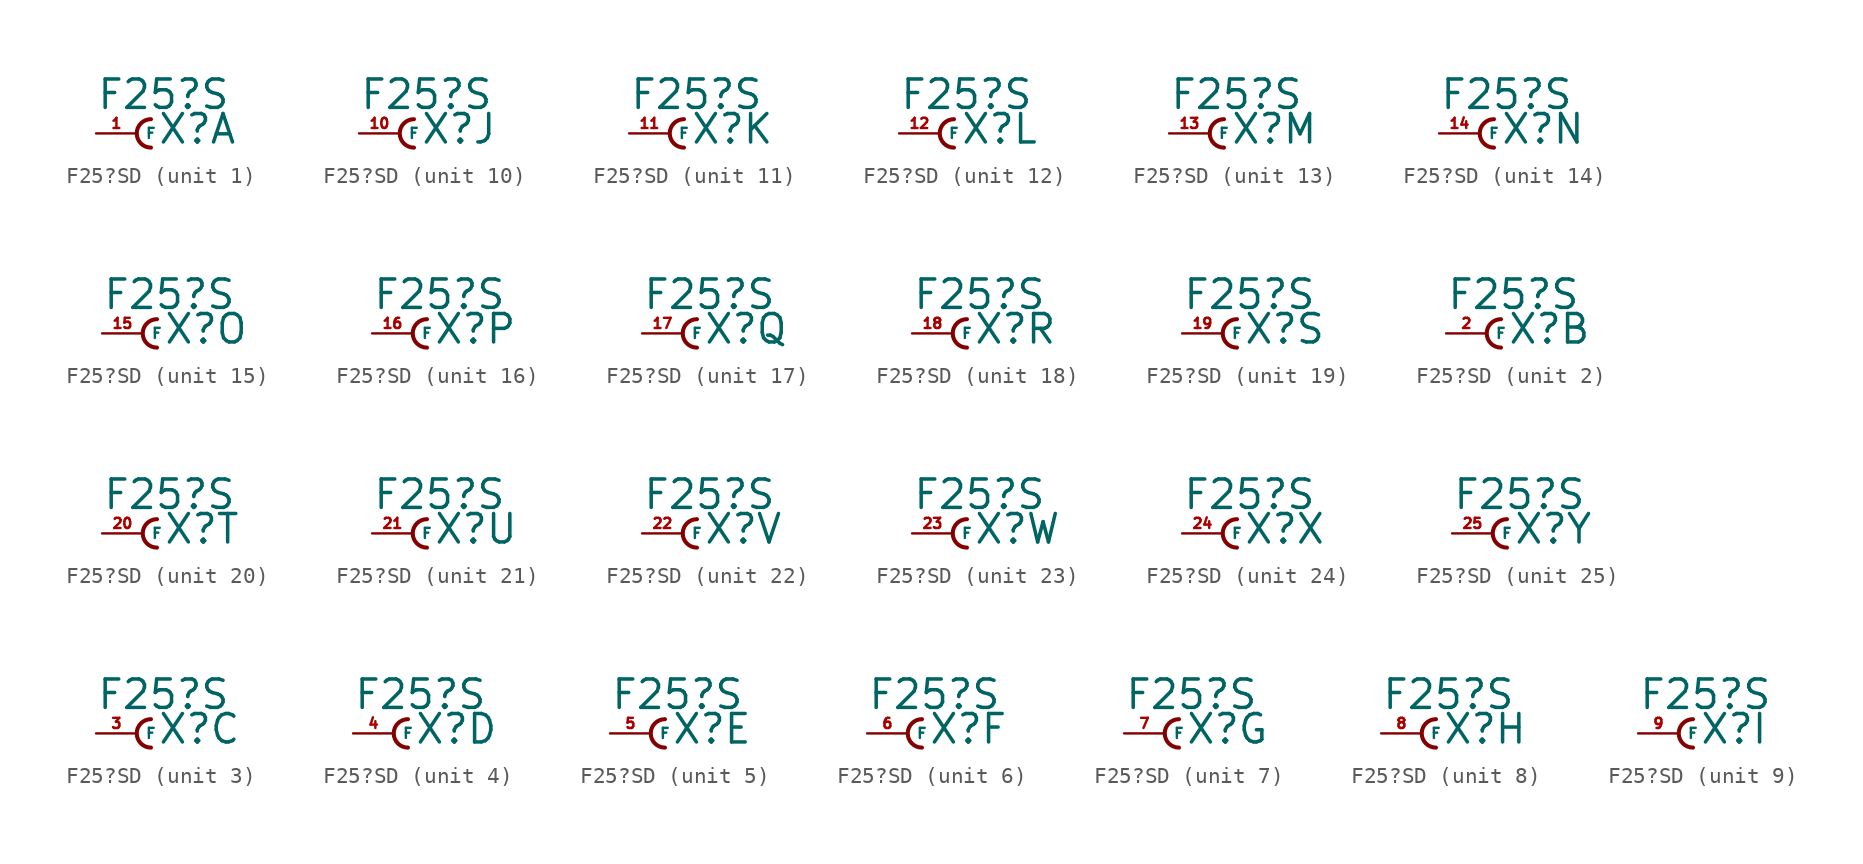
<source format=kicad_sym>
(kicad_symbol_lib
  (version 20220914)
  (generator Eagle2Kicad)
  (symbol "F25?SD"
    (property "Reference" "X"
      (at 1.27 -0.762 0)
      (effects (font (size 1.778 1.778) (thickness 0.22)) (justify left bottom)))
    (property "Value" "F25?S"
      (at -2.54 1.397 0)
      (effects (font (size 1.778 1.778) (thickness 0.22)) (justify left bottom)))
    (symbol "F25?SD_1_0"
      (arc (start 0.889 0.889) (mid 0.000 0.000) (end 0.889 -0.889) (stroke (width 0.254) (type default)) (fill (type none)))
      (pin passive line (at -2.54 0 0) (length 2.54) (name "F" (effects (font (size 0.635 0.635) (thickness 0.08)) (justify left bottom))) (number "1" (effects (font (size 0.635 0.635) (thickness 0.08)) (justify left bottom)))))
    (symbol "F25?SD_2_0"
      (arc (start 0.889 0.889) (mid 0.000 0.000) (end 0.889 -0.889) (stroke (width 0.254) (type default)) (fill (type none)))
      (pin passive line (at -2.54 0 0) (length 2.54) (name "F" (effects (font (size 0.635 0.635) (thickness 0.08)) (justify left bottom))) (number "2" (effects (font (size 0.635 0.635) (thickness 0.08)) (justify left bottom)))))
    (symbol "F25?SD_3_0"
      (arc (start 0.889 0.889) (mid 0.000 0.000) (end 0.889 -0.889) (stroke (width 0.254) (type default)) (fill (type none)))
      (pin passive line (at -2.54 0 0) (length 2.54) (name "F" (effects (font (size 0.635 0.635) (thickness 0.08)) (justify left bottom))) (number "3" (effects (font (size 0.635 0.635) (thickness 0.08)) (justify left bottom)))))
    (symbol "F25?SD_4_0"
      (arc (start 0.889 0.889) (mid 0.000 0.000) (end 0.889 -0.889) (stroke (width 0.254) (type default)) (fill (type none)))
      (pin passive line (at -2.54 0 0) (length 2.54) (name "F" (effects (font (size 0.635 0.635) (thickness 0.08)) (justify left bottom))) (number "4" (effects (font (size 0.635 0.635) (thickness 0.08)) (justify left bottom)))))
    (symbol "F25?SD_5_0"
      (arc (start 0.889 0.889) (mid 0.000 0.000) (end 0.889 -0.889) (stroke (width 0.254) (type default)) (fill (type none)))
      (pin passive line (at -2.54 0 0) (length 2.54) (name "F" (effects (font (size 0.635 0.635) (thickness 0.08)) (justify left bottom))) (number "5" (effects (font (size 0.635 0.635) (thickness 0.08)) (justify left bottom)))))
    (symbol "F25?SD_6_0"
      (arc (start 0.889 0.889) (mid 0.000 0.000) (end 0.889 -0.889) (stroke (width 0.254) (type default)) (fill (type none)))
      (pin passive line (at -2.54 0 0) (length 2.54) (name "F" (effects (font (size 0.635 0.635) (thickness 0.08)) (justify left bottom))) (number "6" (effects (font (size 0.635 0.635) (thickness 0.08)) (justify left bottom)))))
    (symbol "F25?SD_7_0"
      (arc (start 0.889 0.889) (mid 0.000 0.000) (end 0.889 -0.889) (stroke (width 0.254) (type default)) (fill (type none)))
      (pin passive line (at -2.54 0 0) (length 2.54) (name "F" (effects (font (size 0.635 0.635) (thickness 0.08)) (justify left bottom))) (number "7" (effects (font (size 0.635 0.635) (thickness 0.08)) (justify left bottom)))))
    (symbol "F25?SD_8_0"
      (arc (start 0.889 0.889) (mid 0.000 0.000) (end 0.889 -0.889) (stroke (width 0.254) (type default)) (fill (type none)))
      (pin passive line (at -2.54 0 0) (length 2.54) (name "F" (effects (font (size 0.635 0.635) (thickness 0.08)) (justify left bottom))) (number "8" (effects (font (size 0.635 0.635) (thickness 0.08)) (justify left bottom)))))
    (symbol "F25?SD_9_0"
      (arc (start 0.889 0.889) (mid 0.000 0.000) (end 0.889 -0.889) (stroke (width 0.254) (type default)) (fill (type none)))
      (pin passive line (at -2.54 0 0) (length 2.54) (name "F" (effects (font (size 0.635 0.635) (thickness 0.08)) (justify left bottom))) (number "9" (effects (font (size 0.635 0.635) (thickness 0.08)) (justify left bottom)))))
    (symbol "F25?SD_10_0"
      (arc (start 0.889 0.889) (mid 0.000 0.000) (end 0.889 -0.889) (stroke (width 0.254) (type default)) (fill (type none)))
      (pin passive line (at -2.54 0 0) (length 2.54) (name "F" (effects (font (size 0.635 0.635) (thickness 0.08)) (justify left bottom))) (number "10" (effects (font (size 0.635 0.635) (thickness 0.08)) (justify left bottom)))))
    (symbol "F25?SD_11_0"
      (arc (start 0.889 0.889) (mid 0.000 0.000) (end 0.889 -0.889) (stroke (width 0.254) (type default)) (fill (type none)))
      (pin passive line (at -2.54 0 0) (length 2.54) (name "F" (effects (font (size 0.635 0.635) (thickness 0.08)) (justify left bottom))) (number "11" (effects (font (size 0.635 0.635) (thickness 0.08)) (justify left bottom)))))
    (symbol "F25?SD_12_0"
      (arc (start 0.889 0.889) (mid 0.000 0.000) (end 0.889 -0.889) (stroke (width 0.254) (type default)) (fill (type none)))
      (pin passive line (at -2.54 0 0) (length 2.54) (name "F" (effects (font (size 0.635 0.635) (thickness 0.08)) (justify left bottom))) (number "12" (effects (font (size 0.635 0.635) (thickness 0.08)) (justify left bottom)))))
    (symbol "F25?SD_13_0"
      (arc (start 0.889 0.889) (mid 0.000 0.000) (end 0.889 -0.889) (stroke (width 0.254) (type default)) (fill (type none)))
      (pin passive line (at -2.54 0 0) (length 2.54) (name "F" (effects (font (size 0.635 0.635) (thickness 0.08)) (justify left bottom))) (number "13" (effects (font (size 0.635 0.635) (thickness 0.08)) (justify left bottom)))))
    (symbol "F25?SD_14_0"
      (arc (start 0.889 0.889) (mid 0.000 0.000) (end 0.889 -0.889) (stroke (width 0.254) (type default)) (fill (type none)))
      (pin passive line (at -2.54 0 0) (length 2.54) (name "F" (effects (font (size 0.635 0.635) (thickness 0.08)) (justify left bottom))) (number "14" (effects (font (size 0.635 0.635) (thickness 0.08)) (justify left bottom)))))
    (symbol "F25?SD_15_0"
      (arc (start 0.889 0.889) (mid 0.000 0.000) (end 0.889 -0.889) (stroke (width 0.254) (type default)) (fill (type none)))
      (pin passive line (at -2.54 0 0) (length 2.54) (name "F" (effects (font (size 0.635 0.635) (thickness 0.08)) (justify left bottom))) (number "15" (effects (font (size 0.635 0.635) (thickness 0.08)) (justify left bottom)))))
    (symbol "F25?SD_16_0"
      (arc (start 0.889 0.889) (mid 0.000 0.000) (end 0.889 -0.889) (stroke (width 0.254) (type default)) (fill (type none)))
      (pin passive line (at -2.54 0 0) (length 2.54) (name "F" (effects (font (size 0.635 0.635) (thickness 0.08)) (justify left bottom))) (number "16" (effects (font (size 0.635 0.635) (thickness 0.08)) (justify left bottom)))))
    (symbol "F25?SD_17_0"
      (arc (start 0.889 0.889) (mid 0.000 0.000) (end 0.889 -0.889) (stroke (width 0.254) (type default)) (fill (type none)))
      (pin passive line (at -2.54 0 0) (length 2.54) (name "F" (effects (font (size 0.635 0.635) (thickness 0.08)) (justify left bottom))) (number "17" (effects (font (size 0.635 0.635) (thickness 0.08)) (justify left bottom)))))
    (symbol "F25?SD_18_0"
      (arc (start 0.889 0.889) (mid 0.000 0.000) (end 0.889 -0.889) (stroke (width 0.254) (type default)) (fill (type none)))
      (pin passive line (at -2.54 0 0) (length 2.54) (name "F" (effects (font (size 0.635 0.635) (thickness 0.08)) (justify left bottom))) (number "18" (effects (font (size 0.635 0.635) (thickness 0.08)) (justify left bottom)))))
    (symbol "F25?SD_19_0"
      (arc (start 0.889 0.889) (mid 0.000 0.000) (end 0.889 -0.889) (stroke (width 0.254) (type default)) (fill (type none)))
      (pin passive line (at -2.54 0 0) (length 2.54) (name "F" (effects (font (size 0.635 0.635) (thickness 0.08)) (justify left bottom))) (number "19" (effects (font (size 0.635 0.635) (thickness 0.08)) (justify left bottom)))))
    (symbol "F25?SD_20_0"
      (arc (start 0.889 0.889) (mid 0.000 0.000) (end 0.889 -0.889) (stroke (width 0.254) (type default)) (fill (type none)))
      (pin passive line (at -2.54 0 0) (length 2.54) (name "F" (effects (font (size 0.635 0.635) (thickness 0.08)) (justify left bottom))) (number "20" (effects (font (size 0.635 0.635) (thickness 0.08)) (justify left bottom)))))
    (symbol "F25?SD_21_0"
      (arc (start 0.889 0.889) (mid 0.000 0.000) (end 0.889 -0.889) (stroke (width 0.254) (type default)) (fill (type none)))
      (pin passive line (at -2.54 0 0) (length 2.54) (name "F" (effects (font (size 0.635 0.635) (thickness 0.08)) (justify left bottom))) (number "21" (effects (font (size 0.635 0.635) (thickness 0.08)) (justify left bottom)))))
    (symbol "F25?SD_22_0"
      (arc (start 0.889 0.889) (mid 0.000 0.000) (end 0.889 -0.889) (stroke (width 0.254) (type default)) (fill (type none)))
      (pin passive line (at -2.54 0 0) (length 2.54) (name "F" (effects (font (size 0.635 0.635) (thickness 0.08)) (justify left bottom))) (number "22" (effects (font (size 0.635 0.635) (thickness 0.08)) (justify left bottom)))))
    (symbol "F25?SD_23_0"
      (arc (start 0.889 0.889) (mid 0.000 0.000) (end 0.889 -0.889) (stroke (width 0.254) (type default)) (fill (type none)))
      (pin passive line (at -2.54 0 0) (length 2.54) (name "F" (effects (font (size 0.635 0.635) (thickness 0.08)) (justify left bottom))) (number "23" (effects (font (size 0.635 0.635) (thickness 0.08)) (justify left bottom)))))
    (symbol "F25?SD_24_0"
      (arc (start 0.889 0.889) (mid 0.000 0.000) (end 0.889 -0.889) (stroke (width 0.254) (type default)) (fill (type none)))
      (pin passive line (at -2.54 0 0) (length 2.54) (name "F" (effects (font (size 0.635 0.635) (thickness 0.08)) (justify left bottom))) (number "24" (effects (font (size 0.635 0.635) (thickness 0.08)) (justify left bottom)))))
    (symbol "F25?SD_25_0"
      (arc (start 0.889 0.889) (mid 0.000 0.000) (end 0.889 -0.889) (stroke (width 0.254) (type default)) (fill (type none)))
      (pin passive line (at -2.54 0 0) (length 2.54) (name "F" (effects (font (size 0.635 0.635) (thickness 0.08)) (justify left bottom))) (number "25" (effects (font (size 0.635 0.635) (thickness 0.08)) (justify left bottom)))))))
</source>
